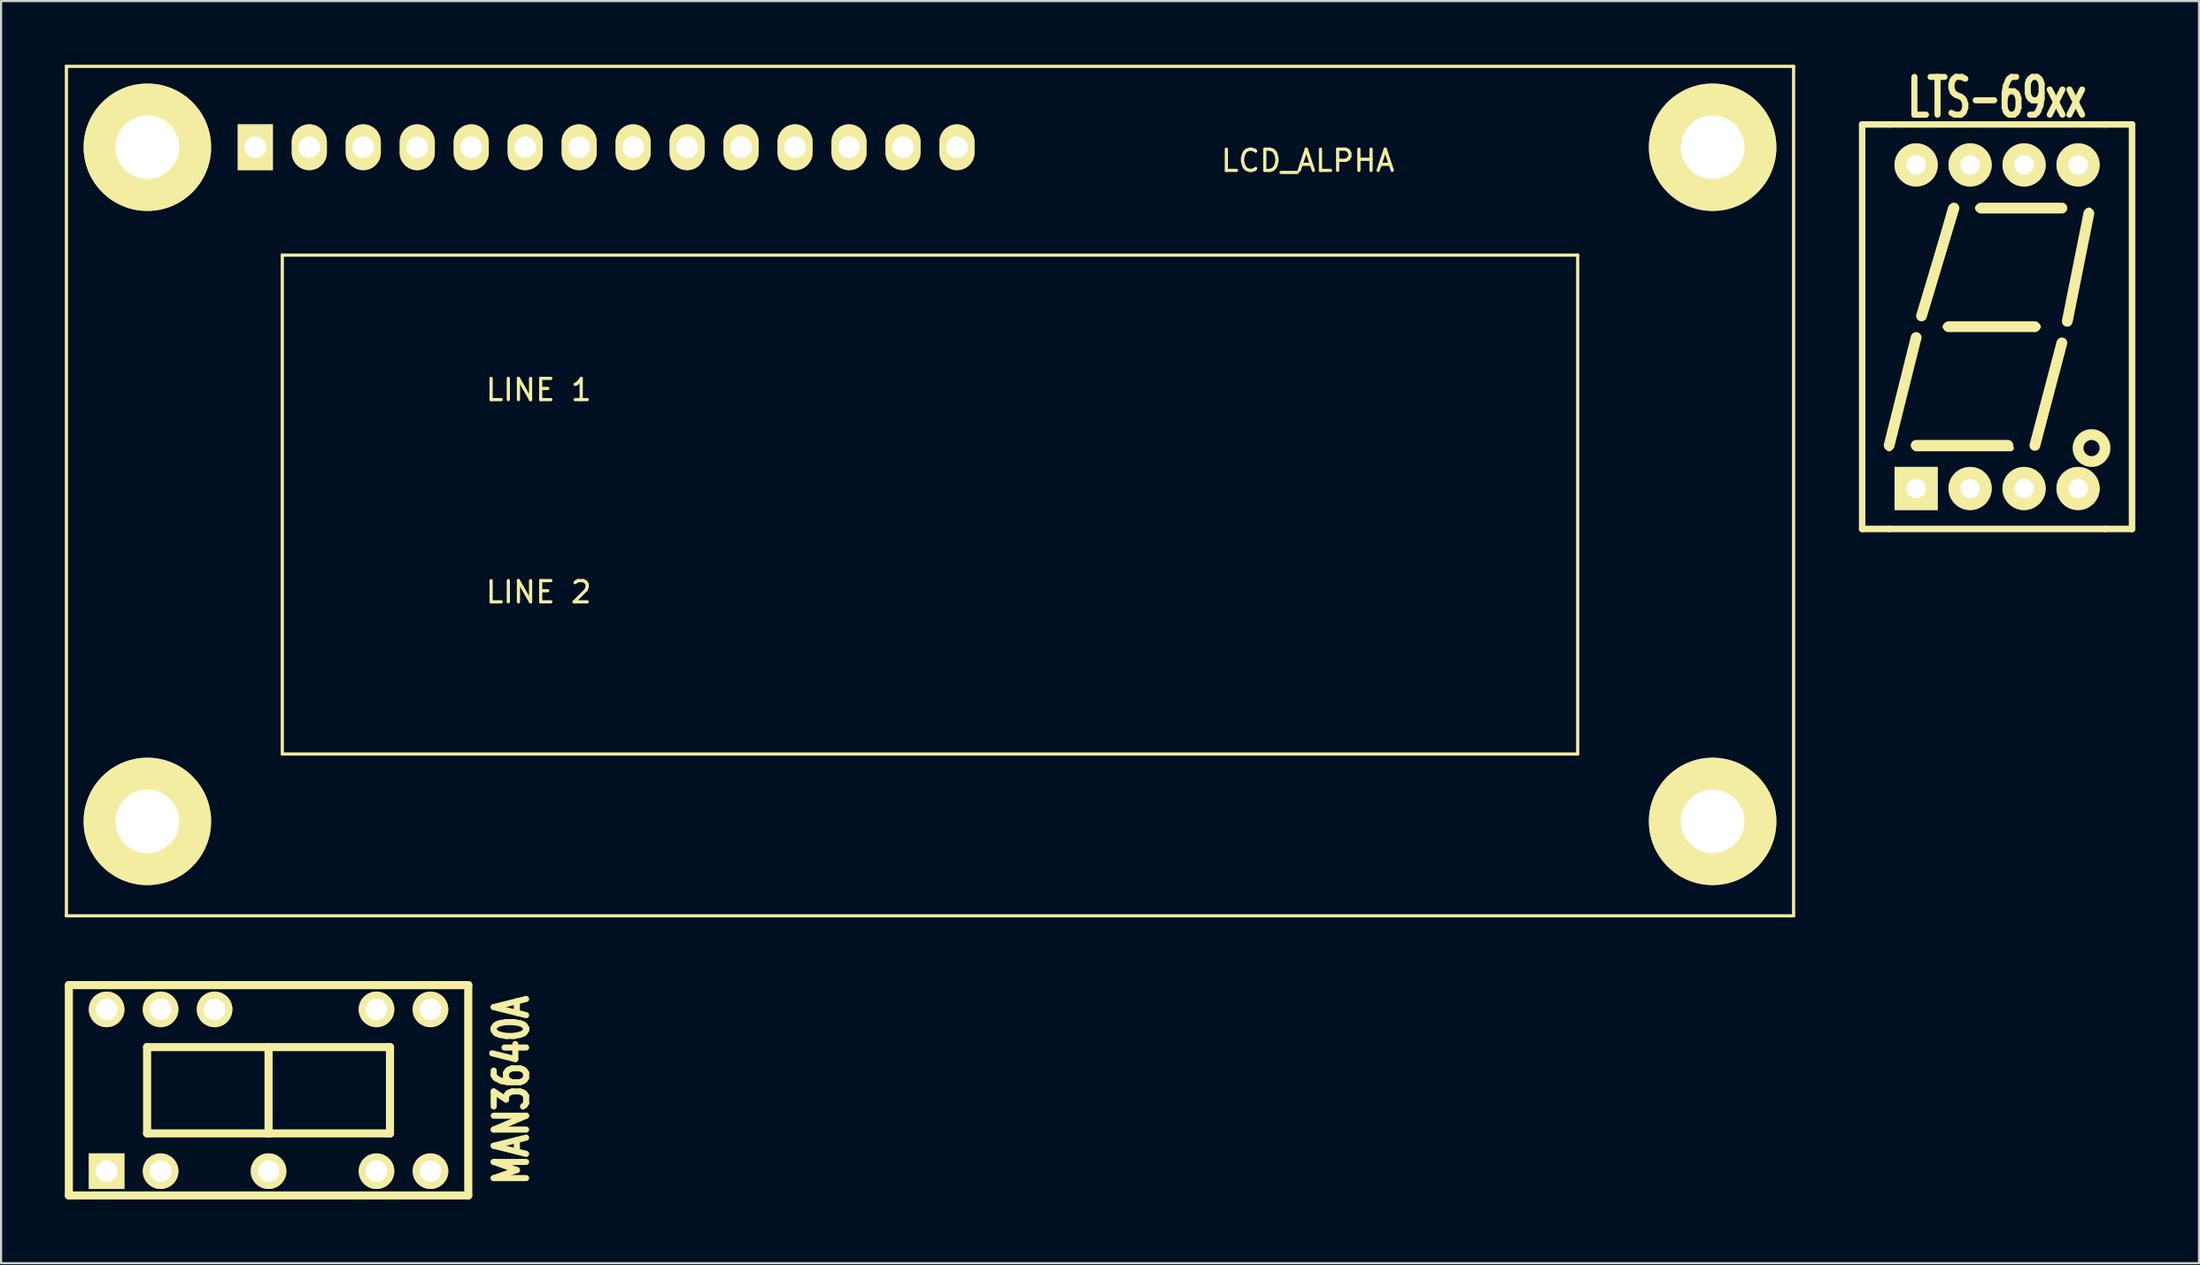
<source format=kicad_pcb>
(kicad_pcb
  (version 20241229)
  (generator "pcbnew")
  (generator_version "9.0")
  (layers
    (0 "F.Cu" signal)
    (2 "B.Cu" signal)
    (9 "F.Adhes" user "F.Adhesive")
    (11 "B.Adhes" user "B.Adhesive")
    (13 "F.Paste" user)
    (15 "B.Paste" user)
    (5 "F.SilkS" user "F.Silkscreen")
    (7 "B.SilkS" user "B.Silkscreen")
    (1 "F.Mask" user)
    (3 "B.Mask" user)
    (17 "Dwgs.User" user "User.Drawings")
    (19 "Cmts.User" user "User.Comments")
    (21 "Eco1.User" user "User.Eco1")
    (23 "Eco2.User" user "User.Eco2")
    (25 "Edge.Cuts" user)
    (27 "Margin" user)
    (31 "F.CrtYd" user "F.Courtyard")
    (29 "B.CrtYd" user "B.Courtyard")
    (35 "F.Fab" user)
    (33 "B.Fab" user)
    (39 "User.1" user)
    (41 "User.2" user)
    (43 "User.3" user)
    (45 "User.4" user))
  (footprint "LCD_ALPHA"
    (layer "F.Cu")
    (at 25.475 3.885)
    (property "Reference" "LCD_ALPHA" (at 33.02 0.635 0) (layer "F.SilkS") (effects (font (size 1 1) (thickness 0.15))))
    (attr through_hole)
    (fp_line (start -25.4 -3.81) (end 55.88 -3.81) (stroke (width 0.15) (type solid)) (layer "F.SilkS"))
    (fp_line (start -25.4 36.195) (end -25.4 -3.81) (stroke (width 0.15) (type solid)) (layer "F.SilkS"))
    (fp_line (start -15.24 5.08) (end 45.72 5.08) (stroke (width 0.15) (type solid)) (layer "F.SilkS"))
    (fp_line (start -15.24 28.575) (end -15.24 5.08) (stroke (width 0.15) (type solid)) (layer "F.SilkS"))
    (fp_line (start 45.72 5.08) (end 45.72 28.575) (stroke (width 0.15) (type solid)) (layer "F.SilkS"))
    (fp_line (start 45.72 28.575) (end -15.24 28.575) (stroke (width 0.15) (type solid)) (layer "F.SilkS"))
    (fp_line (start 55.88 -3.81) (end 55.88 36.195) (stroke (width 0.15) (type solid)) (layer "F.SilkS"))
    (fp_line (start 55.88 36.195) (end -25.4 36.195) (stroke (width 0.15) (type solid)) (layer "F.SilkS"))
    (fp_text user "LINE 1" (at -3.175 11.43 0) (layer "F.SilkS") (effects (font (size 1 1) (thickness 0.15))))
    (fp_text user "LINE 2" (at -3.175 20.955 0) (layer "F.SilkS") (effects (font (size 1 1) (thickness 0.15))))
    (pad "" thru_hole circle (at -21.59 0) (size 5.999 5.999) (drill 3) (layers "*.Cu" "*.Mask" "F.SilkS"))
    (pad "" thru_hole circle (at -21.59 31.75) (size 5.999 5.999) (drill 3) (layers "*.Cu" "*.Mask" "F.SilkS"))
    (pad "" thru_hole circle (at 52.07 0) (size 5.999 5.999) (drill 3) (layers "*.Cu" "*.Mask" "F.SilkS"))
    (pad "" thru_hole circle (at 52.07 31.75) (size 5.999 5.999) (drill 3) (layers "*.Cu" "*.Mask" "F.SilkS"))
    (pad "1" thru_hole rect (at -16.51 0) (size 1.651 2.159) (drill 1.016) (layers "*.Cu" "*.Mask" "F.SilkS"))
    (pad "2" thru_hole oval (at -13.97 0) (size 1.651 2.159) (drill 1.016) (layers "*.Cu" "*.Mask" "F.SilkS"))
    (pad "3" thru_hole oval (at -11.43 0) (size 1.651 2.159) (drill 1.016) (layers "*.Cu" "*.Mask" "F.SilkS"))
    (pad "4" thru_hole oval (at -8.89 0) (size 1.651 2.159) (drill 1.016) (layers "*.Cu" "*.Mask" "F.SilkS"))
    (pad "5" thru_hole oval (at -6.35 0) (size 1.651 2.159) (drill 1.016) (layers "*.Cu" "*.Mask" "F.SilkS"))
    (pad "6" thru_hole oval (at -3.81 0) (size 1.651 2.159) (drill 1.016) (layers "*.Cu" "*.Mask" "F.SilkS"))
    (pad "7" thru_hole oval (at -1.27 0) (size 1.651 2.159) (drill 1.016) (layers "*.Cu" "*.Mask" "F.SilkS"))
    (pad "8" thru_hole oval (at 1.27 0) (size 1.651 2.159) (drill 1.016) (layers "*.Cu" "*.Mask" "F.SilkS"))
    (pad "9" thru_hole oval (at 3.81 0) (size 1.651 2.159) (drill 1.016) (layers "*.Cu" "*.Mask" "F.SilkS"))
    (pad "10" thru_hole oval (at 6.35 0) (size 1.651 2.159) (drill 1.016) (layers "*.Cu" "*.Mask" "F.SilkS"))
    (pad "11" thru_hole oval (at 8.89 0) (size 1.651 2.159) (drill 1.016) (layers "*.Cu" "*.Mask" "F.SilkS"))
    (pad "12" thru_hole oval (at 11.43 0) (size 1.651 2.159) (drill 1.016) (layers "*.Cu" "*.Mask" "F.SilkS"))
    (pad "13" thru_hole oval (at 13.97 0) (size 1.651 2.159) (drill 1.016) (layers "*.Cu" "*.Mask" "F.SilkS"))
    (pad "14" thru_hole oval (at 16.51 0) (size 1.651 2.159) (drill 1.016) (layers "*.Cu" "*.Mask" "F.SilkS")))
  (footprint "MAN3640A"
    (layer "F.Cu")
    (at 9.588 48.298)
    (property "Reference" "MAN3640A" (at 11.43 0 90) (layer "F.SilkS") (effects (font (size 1.524 1.143) (thickness 0.305))))
    (attr through_hole)
    (fp_line (start -9.398 -4.953) (end -9.398 4.953) (stroke (width 0.381) (type solid)) (layer "F.SilkS"))
    (fp_line (start -9.398 4.953) (end 9.398 4.953) (stroke (width 0.381) (type solid)) (layer "F.SilkS"))
    (fp_line (start -5.715 -2.032) (end 5.715 -2.032) (stroke (width 0.381) (type solid)) (layer "F.SilkS"))
    (fp_line (start -5.715 2.032) (end -5.715 -2.032) (stroke (width 0.381) (type solid)) (layer "F.SilkS"))
    (fp_line (start 0 2.032) (end -5.715 2.032) (stroke (width 0.381) (type solid)) (layer "F.SilkS"))
    (fp_line (start 0 2.032) (end 0 -2.032) (stroke (width 0.381) (type solid)) (layer "F.SilkS"))
    (fp_line (start 5.715 -2.032) (end 5.715 2.032) (stroke (width 0.381) (type solid)) (layer "F.SilkS"))
    (fp_line (start 5.715 2.032) (end 0 2.032) (stroke (width 0.381) (type solid)) (layer "F.SilkS"))
    (fp_line (start 9.398 -4.953) (end -9.398 -4.953) (stroke (width 0.381) (type solid)) (layer "F.SilkS"))
    (fp_line (start 9.398 4.953) (end 9.398 -4.953) (stroke (width 0.381) (type solid)) (layer "F.SilkS"))
    (pad "1" thru_hole rect (at -7.62 3.81) (size 1.676 1.676) (drill 1.016) (layers "*.Cu" "*.Mask" "F.SilkS"))
    (pad "2" thru_hole circle (at -5.08 3.81) (size 1.676 1.676) (drill 1.016) (layers "*.Cu" "*.Mask" "F.SilkS"))
    (pad "4" thru_hole circle (at 0 3.81) (size 1.676 1.676) (drill 1.016) (layers "*.Cu" "*.Mask" "F.SilkS"))
    (pad "6" thru_hole circle (at 5.08 3.81) (size 1.676 1.676) (drill 1.016) (layers "*.Cu" "*.Mask" "F.SilkS"))
    (pad "7" thru_hole circle (at 7.62 3.81) (size 1.676 1.676) (drill 1.016) (layers "*.Cu" "*.Mask" "F.SilkS"))
    (pad "8" thru_hole circle (at 7.62 -3.81) (size 1.676 1.676) (drill 1.016) (layers "*.Cu" "*.Mask" "F.SilkS"))
    (pad "9" thru_hole circle (at 5.08 -3.81) (size 1.676 1.676) (drill 1.016) (layers "*.Cu" "*.Mask" "F.SilkS"))
    (pad "12" thru_hole circle (at -2.54 -3.81) (size 1.676 1.676) (drill 1.016) (layers "*.Cu" "*.Mask" "F.SilkS"))
    (pad "13" thru_hole circle (at -5.08 -3.81) (size 1.676 1.676) (drill 1.016) (layers "*.Cu" "*.Mask" "F.SilkS"))
    (pad "14" thru_hole circle (at -7.62 -3.81) (size 1.676 1.676) (drill 1.016) (layers "*.Cu" "*.Mask" "F.SilkS")))
  (footprint "LTS-69xx"
    (layer "F.Cu")
    (at 90.932 12.337)
    (property "Reference" "LTS-69xx" (at 0 -10.795 0) (layer "F.SilkS") (effects (font (size 1.778 1.143) (thickness 0.305))))
    (attr through_hole)
    (fp_line (start -6.35 -9.525) (end -6.35 9.525) (stroke (width 0.305) (type solid)) (layer "F.SilkS"))
    (fp_line (start -6.35 9.525) (end -5.08 9.525) (stroke (width 0.305) (type solid)) (layer "F.SilkS"))
    (fp_line (start -5.08 -9.525) (end -6.35 -9.525) (stroke (width 0.305) (type solid)) (layer "F.SilkS"))
    (fp_line (start -5.08 9.525) (end 5.08 9.525) (stroke (width 0.305) (type solid)) (layer "F.SilkS"))
    (fp_line (start -3.81 0.508) (end -5.08 5.588) (stroke (width 0.508) (type solid)) (layer "F.SilkS"))
    (fp_line (start -3.81 0.508) (end -5.08 5.715) (stroke (width 0.305) (type solid)) (layer "F.SilkS"))
    (fp_line (start -3.81 5.588) (end 0.508 5.588) (stroke (width 0.508) (type solid)) (layer "F.SilkS"))
    (fp_line (start -3.81 5.715) (end 0.635 5.715) (stroke (width 0.305) (type solid)) (layer "F.SilkS"))
    (fp_line (start -3.556 -0.635) (end -2.159 -5.588) (stroke (width 0.305) (type solid)) (layer "F.SilkS"))
    (fp_line (start -2.413 0) (end 1.905 0) (stroke (width 0.305) (type solid)) (layer "F.SilkS"))
    (fp_line (start -2.286 0) (end 1.778 0) (stroke (width 0.508) (type solid)) (layer "F.SilkS"))
    (fp_line (start -2.032 -5.588) (end -3.556 -0.508) (stroke (width 0.508) (type solid)) (layer "F.SilkS"))
    (fp_line (start -0.889 -5.588) (end 3.048 -5.588) (stroke (width 0.305) (type solid)) (layer "F.SilkS"))
    (fp_line (start -0.762 -5.588) (end 3.048 -5.588) (stroke (width 0.508) (type solid)) (layer "F.SilkS"))
    (fp_line (start 3.048 0.762) (end 1.778 5.588) (stroke (width 0.508) (type solid)) (layer "F.SilkS"))
    (fp_line (start 3.429 -0.508) (end 4.318 -5.461) (stroke (width 0.305) (type solid)) (layer "F.SilkS"))
    (fp_line (start 4.318 -5.334) (end 3.302 -0.254) (stroke (width 0.508) (type solid)) (layer "F.SilkS"))
    (fp_line (start 5.08 -9.525) (end -5.08 -9.525) (stroke (width 0.305) (type solid)) (layer "F.SilkS"))
    (fp_line (start 5.08 9.525) (end 6.35 9.525) (stroke (width 0.305) (type solid)) (layer "F.SilkS"))
    (fp_line (start 6.35 -9.525) (end 5.08 -9.525) (stroke (width 0.305) (type solid)) (layer "F.SilkS"))
    (fp_line (start 6.35 9.525) (end 6.35 -9.525) (stroke (width 0.305) (type solid)) (layer "F.SilkS"))
    (fp_circle (center 4.445 5.715) (end 5.08 5.715) (stroke (width 0.508) (type solid)) (fill no) (layer "F.SilkS"))
    (pad "1" thru_hole rect (at -3.81 7.62) (size 2.032 2.032) (drill 0.914) (layers "*.Cu" "*.Mask" "F.SilkS"))
    (pad "2" thru_hole circle (at -1.27 7.62) (size 2.032 2.032) (drill 0.914) (layers "*.Cu" "*.Mask" "F.SilkS"))
    (pad "3" thru_hole circle (at 1.27 7.62) (size 2.032 2.032) (drill 0.914) (layers "*.Cu" "*.Mask" "F.SilkS"))
    (pad "4" thru_hole circle (at 3.81 7.62) (size 2.032 2.032) (drill 0.914) (layers "*.Cu" "*.Mask" "F.SilkS"))
    (pad "5" thru_hole circle (at 3.81 -7.62) (size 2.032 2.032) (drill 0.914) (layers "*.Cu" "*.Mask" "F.SilkS"))
    (pad "6" thru_hole circle (at 1.27 -7.62) (size 2.032 2.032) (drill 0.914) (layers "*.Cu" "*.Mask" "F.SilkS"))
    (pad "7" thru_hole circle (at -1.27 -7.62) (size 2.032 2.032) (drill 0.914) (layers "*.Cu" "*.Mask" "F.SilkS"))
    (pad "8" thru_hole circle (at -3.81 -7.62) (size 2.032 2.032) (drill 0.914) (layers "*.Cu" "*.Mask" "F.SilkS")))
  (gr_rect
    (start -3 -3)
    (end 100.435 56.442)
    (stroke (width 0.1) (type default))
    (fill no)
    (layer "Edge.Cuts")))
</source>
